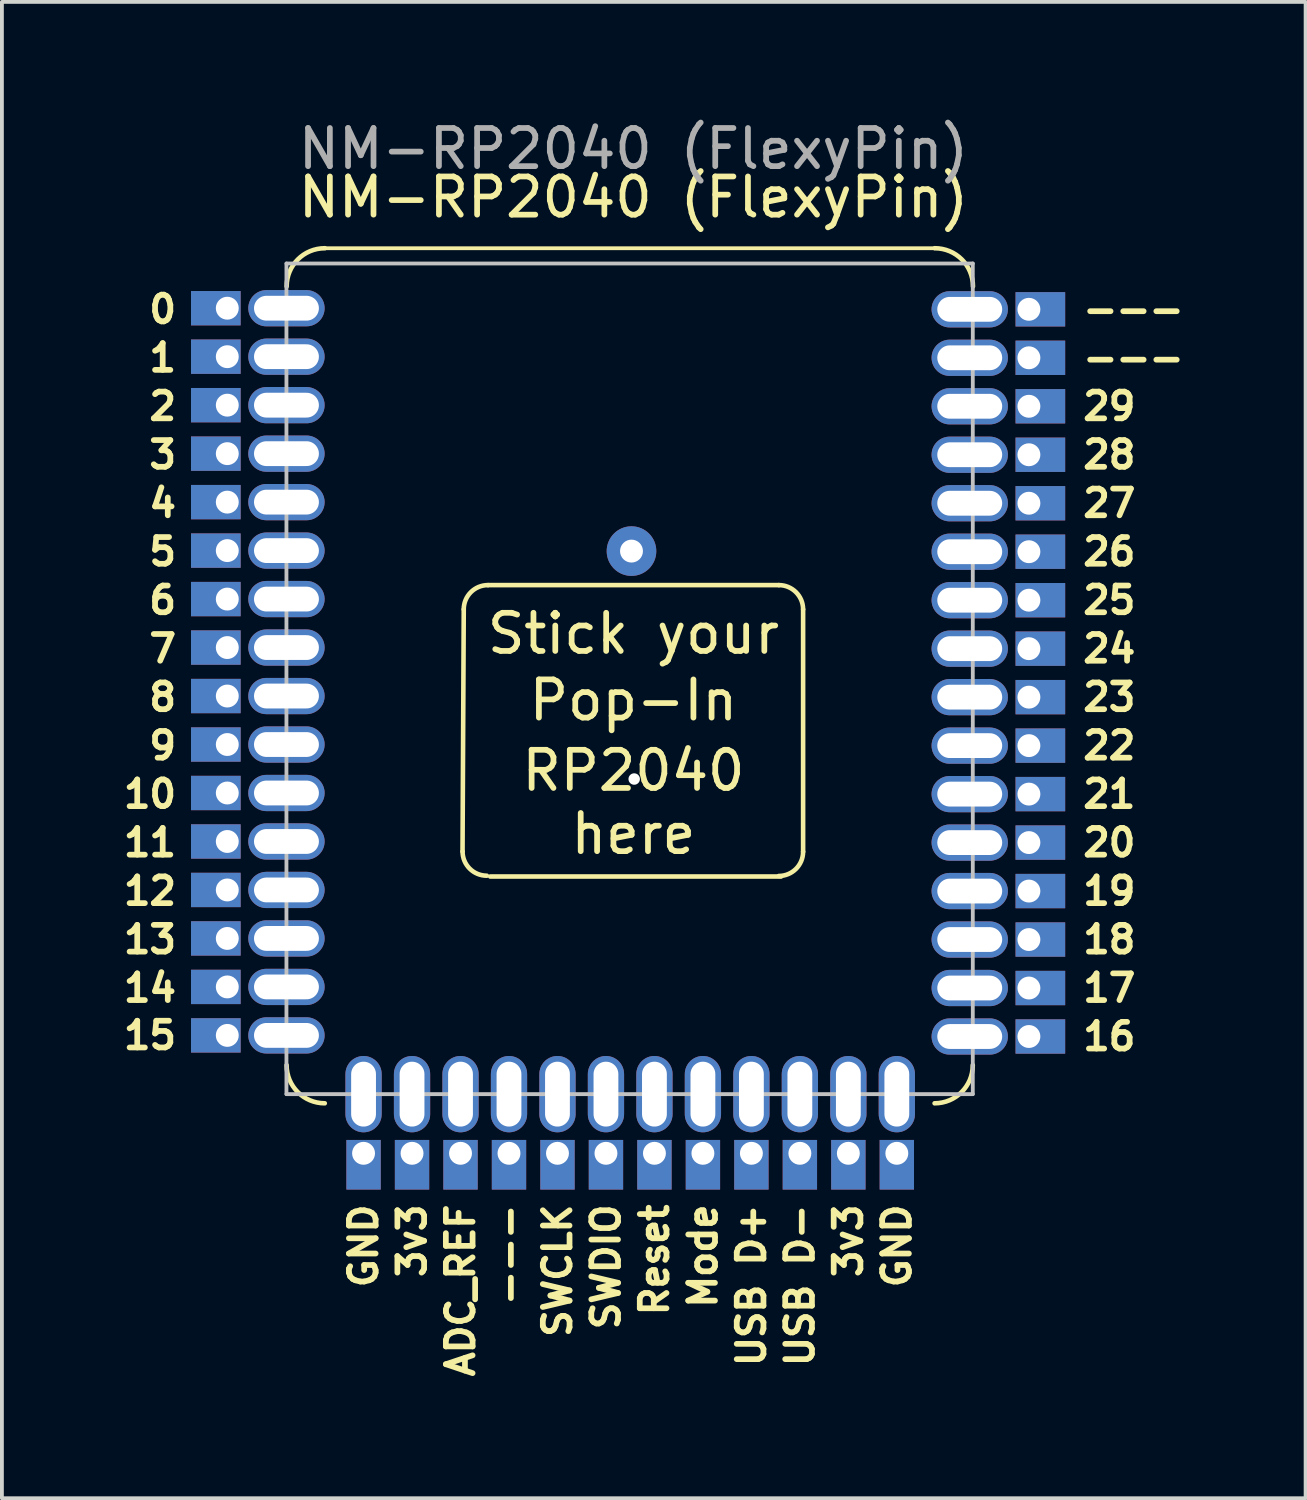
<source format=kicad_pcb>
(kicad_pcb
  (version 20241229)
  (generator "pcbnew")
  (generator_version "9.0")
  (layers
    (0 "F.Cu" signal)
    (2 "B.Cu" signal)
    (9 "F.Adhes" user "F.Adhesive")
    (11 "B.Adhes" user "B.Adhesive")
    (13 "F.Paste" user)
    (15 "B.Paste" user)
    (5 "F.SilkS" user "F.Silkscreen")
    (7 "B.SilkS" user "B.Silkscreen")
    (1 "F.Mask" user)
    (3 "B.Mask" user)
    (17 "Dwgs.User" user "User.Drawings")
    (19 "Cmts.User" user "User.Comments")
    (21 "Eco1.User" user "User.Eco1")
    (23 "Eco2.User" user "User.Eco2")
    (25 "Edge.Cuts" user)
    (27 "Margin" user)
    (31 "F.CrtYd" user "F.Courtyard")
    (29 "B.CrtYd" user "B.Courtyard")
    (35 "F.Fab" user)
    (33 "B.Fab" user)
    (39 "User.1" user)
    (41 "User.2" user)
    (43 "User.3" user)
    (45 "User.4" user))
  (footprint "NM-RP2040 (FlexyPin)"
    (layer "F.Cu")
    (at 13.459 15.819)
    (property "Reference" "NM-RP2040 (FlexyPin)" (at 0.085 -13.701 0) (unlocked yes) (layer "F.SilkS") (effects (font (size 1 1) (thickness 0.15))))
    (fp_line (start -8 -12.366) (end 7.98 -12.366) (stroke (width 0.1) (type solid)) (layer "F.SilkS"))
    (fp_line (start -4.36 -2.906) (end -4.392 3.437) (stroke (width 0.12) (type solid)) (layer "F.SilkS"))
    (fp_line (start -3.725 -3.541) (end 3.895 -3.541) (stroke (width 0.12) (type solid)) (layer "F.SilkS"))
    (fp_line (start 3.953 4.093) (end -3.667 4.093) (stroke (width 0.12) (type solid)) (layer "F.SilkS"))
    (fp_line (start 4.53 -2.906) (end 4.53 3.444) (stroke (width 0.12) (type solid)) (layer "F.SilkS"))
    (fp_arc (start -8.999533 -11.366236) (mid -8.70664 -12.073343) (end -7.999533 -12.366236) (stroke (width 0.12) (type solid)) (layer "F.SilkS"))
    (fp_arc (start -8.001016 10.033764) (mid -8.708123 9.740871) (end -9.001016 9.033764) (stroke (width 0.12) (type solid)) (layer "F.SilkS"))
    (fp_arc (start -4.360378 -2.906236) (mid -4.174391 -3.355249) (end -3.725378 -3.541236) (stroke (width 0.12) (type solid)) (layer "F.SilkS"))
    (fp_arc (start -3.756536 4.071585) (mid -4.205549 3.885598) (end -4.391536 3.436585) (stroke (width 0.12) (type solid)) (layer "F.SilkS"))
    (fp_arc (start 3.894622 -3.541235) (mid 4.343647 -3.35525) (end 4.529622 -2.906235) (stroke (width 0.12) (type solid)) (layer "F.SilkS"))
    (fp_arc (start 4.529622 3.443768) (mid 4.343633 3.892779) (end 3.894622 4.078768) (stroke (width 0.12) (type solid)) (layer "F.SilkS"))
    (fp_arc (start 7.980013 -12.366236) (mid 8.687103 -12.073342) (end 8.980013 -11.366236) (stroke (width 0.12) (type solid)) (layer "F.SilkS"))
    (fp_arc (start 8.974622 9.033764) (mid 8.681722 9.740862) (end 7.974622 10.033764) (stroke (width 0.12) (type solid)) (layer "F.SilkS"))
    (fp_line (start -9.005 -11.966) (end 8.975 -11.966) (stroke (width 0.1) (type solid)) (layer "Dwgs.User"))
    (fp_line (start -9.005 9.794) (end -9.005 -11.966) (stroke (width 0.1) (type solid)) (layer "Dwgs.User"))
    (fp_line (start 8.975 -11.966) (end 8.975 9.794) (stroke (width 0.1) (type solid)) (layer "Dwgs.User"))
    (fp_line (start 8.975 9.794) (end -9.005 9.794) (stroke (width 0.1) (type solid)) (layer "Dwgs.User"))
    (fp_text user "ADC_REF" (at -4.445 12.604 90) (unlocked yes) (layer "F.SilkS") (effects (font (size 0.7 0.7) (thickness 0.15)) (justify right)))
    (fp_text user "12" (at -11.815 4.474 0) (unlocked yes) (layer "F.SilkS") (effects (font (size 0.7 0.7) (thickness 0.15)) (justify right)))
    (fp_text user "11" (at -11.815 3.204 0) (unlocked yes) (layer "F.SilkS") (effects (font (size 0.7 0.7) (thickness 0.15)) (justify right)))
    (fp_text user "14" (at -11.815 7.014 0) (unlocked yes) (layer "F.SilkS") (effects (font (size 0.7 0.7) (thickness 0.15)) (justify right)))
    (fp_text user "Mode" (at 1.905 12.604 90) (unlocked yes) (layer "F.SilkS") (effects (font (size 0.7 0.7) (thickness 0.15)) (justify right)))
    (fp_text user "16" (at 11.785 8.284 0) (unlocked yes) (layer "F.SilkS") (effects (font (size 0.7 0.7) (thickness 0.15)) (justify left)))
    (fp_text user "Stick your" (at 0.085 -2.271 0) (unlocked yes) (layer "F.SilkS") (effects (font (size 1 1) (thickness 0.15))))
    (fp_text user "SWDIO" (at -0.635 12.604 90) (unlocked yes) (layer "F.SilkS") (effects (font (size 0.7 0.7) (thickness 0.15)) (justify right)))
    (fp_text user "6" (at -11.815 -3.146 0) (unlocked yes) (layer "F.SilkS") (effects (font (size 0.7 0.7) (thickness 0.15)) (justify right)))
    (fp_text user "USB D+" (at 3.175 12.604 90) (unlocked yes) (layer "F.SilkS") (effects (font (size 0.7 0.7) (thickness 0.15)) (justify right)))
    (fp_text user "9" (at -11.815 0.664 0) (unlocked yes) (layer "F.SilkS") (effects (font (size 0.7 0.7) (thickness 0.15)) (justify right)))
    (fp_text user "21" (at 11.785 1.934 0) (unlocked yes) (layer "F.SilkS") (effects (font (size 0.7 0.7) (thickness 0.15)) (justify left)))
    (fp_text user "4" (at -11.815 -5.686 0) (unlocked yes) (layer "F.SilkS") (effects (font (size 0.7 0.7) (thickness 0.15)) (justify right)))
    (fp_text user "5" (at -11.815 -4.416 0) (unlocked yes) (layer "F.SilkS") (effects (font (size 0.7 0.7) (thickness 0.15)) (justify right)))
    (fp_text user "GND" (at 6.985 12.604 90) (unlocked yes) (layer "F.SilkS") (effects (font (size 0.7 0.7) (thickness 0.15)) (justify right)))
    (fp_text user "RP2040" (at 0.085 1.318 0) (unlocked yes) (layer "F.SilkS") (effects (font (size 1 1) (thickness 0.15))))
    (fp_text user "23" (at 11.785 -0.606 0) (unlocked yes) (layer "F.SilkS") (effects (font (size 0.7 0.7) (thickness 0.15)) (justify left)))
    (fp_text user "---" (at 11.785 -10.766 0) (unlocked yes) (layer "F.SilkS") (effects (font (size 0.7 0.7) (thickness 0.15)) (justify left)))
    (fp_text user "USB D-" (at 4.445 12.604 90) (unlocked yes) (layer "F.SilkS") (effects (font (size 0.7 0.7) (thickness 0.15)) (justify right)))
    (fp_text user "18" (at 11.785 5.744 0) (unlocked yes) (layer "F.SilkS") (effects (font (size 0.7 0.7) (thickness 0.15)) (justify left)))
    (fp_text user "10" (at -11.815 1.934 0) (unlocked yes) (layer "F.SilkS") (effects (font (size 0.7 0.7) (thickness 0.15)) (justify right)))
    (fp_text user "15" (at -11.815 8.255 0) (unlocked yes) (layer "F.SilkS") (effects (font (size 0.7 0.7) (thickness 0.15)) (justify right)))
    (fp_text user "19" (at 11.785 4.474 0) (unlocked yes) (layer "F.SilkS") (effects (font (size 0.7 0.7) (thickness 0.15)) (justify left)))
    (fp_text user "29" (at 11.785 -8.226 0) (unlocked yes) (layer "F.SilkS") (effects (font (size 0.7 0.7) (thickness 0.15)) (justify left)))
    (fp_text user "Pop-In" (at 0.085 -0.525 0) (unlocked yes) (layer "F.SilkS") (effects (font (size 1 1) (thickness 0.15))))
    (fp_text user "24" (at 11.785 -1.876 0) (unlocked yes) (layer "F.SilkS") (effects (font (size 0.7 0.7) (thickness 0.15)) (justify left)))
    (fp_text user "here" (at 0.085 2.974 0) (unlocked yes) (layer "F.SilkS") (effects (font (size 1 1) (thickness 0.15))))
    (fp_text user "17" (at 11.785 7.014 0) (unlocked yes) (layer "F.SilkS") (effects (font (size 0.7 0.7) (thickness 0.15)) (justify left)))
    (fp_text user "2" (at -11.815 -8.226 0) (unlocked yes) (layer "F.SilkS") (effects (font (size 0.7 0.7) (thickness 0.15)) (justify right)))
    (fp_text user "SWCLK" (at -1.905 12.604 90) (unlocked yes) (layer "F.SilkS") (effects (font (size 0.7 0.7) (thickness 0.15)) (justify right)))
    (fp_text user "13" (at -11.815 5.744 0) (unlocked yes) (layer "F.SilkS") (effects (font (size 0.7 0.7) (thickness 0.15)) (justify right)))
    (fp_text user "20" (at 11.785 3.204 0) (unlocked yes) (layer "F.SilkS") (effects (font (size 0.7 0.7) (thickness 0.15)) (justify left)))
    (fp_text user "3v3" (at -5.715 12.604 90) (unlocked yes) (layer "F.SilkS") (effects (font (size 0.7 0.7) (thickness 0.15)) (justify right)))
    (fp_text user "Reset" (at 0.635 12.604 90) (unlocked yes) (layer "F.SilkS") (effects (font (size 0.7 0.7) (thickness 0.15)) (justify right)))
    (fp_text user "1" (at -11.815 -9.496 0) (unlocked yes) (layer "F.SilkS") (effects (font (size 0.7 0.7) (thickness 0.15)) (justify right)))
    (fp_text user "25" (at 11.785 -3.146 0) (unlocked yes) (layer "F.SilkS") (effects (font (size 0.7 0.7) (thickness 0.15)) (justify left)))
    (fp_text user "3v3" (at 5.715 12.604 90) (unlocked yes) (layer "F.SilkS") (effects (font (size 0.7 0.7) (thickness 0.15)) (justify right)))
    (fp_text user "27" (at 11.785 -5.686 0) (unlocked yes) (layer "F.SilkS") (effects (font (size 0.7 0.7) (thickness 0.15)) (justify left)))
    (fp_text user "GND" (at -6.985 12.604 90) (unlocked yes) (layer "F.SilkS") (effects (font (size 0.7 0.7) (thickness 0.15)) (justify right)))
    (fp_text user "---" (at 11.785 -9.496 0) (unlocked yes) (layer "F.SilkS") (effects (font (size 0.7 0.7) (thickness 0.15)) (justify left)))
    (fp_text user "3" (at -11.815 -6.956 0) (unlocked yes) (layer "F.SilkS") (effects (font (size 0.7 0.7) (thickness 0.15)) (justify right)))
    (fp_text user "28" (at 11.785 -6.956 0) (unlocked yes) (layer "F.SilkS") (effects (font (size 0.7 0.7) (thickness 0.15)) (justify left)))
    (fp_text user "8" (at -11.815 -0.606 0) (unlocked yes) (layer "F.SilkS") (effects (font (size 0.7 0.7) (thickness 0.15)) (justify right)))
    (fp_text user "---" (at -3.175 12.604 90) (unlocked yes) (layer "F.SilkS") (effects (font (size 0.7 0.7) (thickness 0.15)) (justify right)))
    (fp_text user "22" (at 11.785 0.664 0) (unlocked yes) (layer "F.SilkS") (effects (font (size 0.7 0.7) (thickness 0.15)) (justify left)))
    (fp_text user "7" (at -11.815 -1.876 0) (unlocked yes) (layer "F.SilkS") (effects (font (size 0.7 0.7) (thickness 0.15)) (justify right)))
    (fp_text user "26" (at 11.785 -4.416 0) (unlocked yes) (layer "F.SilkS") (effects (font (size 0.7 0.7) (thickness 0.15)) (justify left)))
    (fp_text user "0" (at -11.815 -10.766 0) (unlocked yes) (layer "F.SilkS") (effects (font (size 0.7 0.7) (thickness 0.15)) (justify right)))
    (fp_text user "${REFERENCE}" (at 0.085 -14.971 0) (unlocked yes) (layer "F.Fab") (effects (font (size 1 1) (thickness 0.15))))
    (pad "1" thru_hole rect (at -10.555 -10.795) (size 1.3 0.9) (drill 0.6 (offset -0.3 0)) (layers "*.Cu" "*.Mask"))
    (pad "1" thru_hole oval (at -9.005 -10.795) (size 2 0.95) (drill oval 1.7 0.65) (layers "*.Cu" "*.Mask"))
    (pad "2" thru_hole rect (at -10.555 -9.525) (size 1.3 0.9) (drill 0.6 (offset -0.3 0)) (layers "*.Cu" "*.Mask"))
    (pad "2" thru_hole oval (at -9.005 -9.525) (size 2 0.95) (drill oval 1.7 0.65) (layers "*.Cu" "*.Mask"))
    (pad "3" thru_hole rect (at -10.555 -8.255) (size 1.3 0.9) (drill 0.6 (offset -0.3 0)) (layers "*.Cu" "*.Mask"))
    (pad "3" thru_hole oval (at -9.005 -8.255) (size 2 0.95) (drill oval 1.7 0.65) (layers "*.Cu" "*.Mask"))
    (pad "4" thru_hole rect (at -10.555 -6.985) (size 1.3 0.9) (drill 0.6 (offset -0.3 0)) (layers "*.Cu" "*.Mask"))
    (pad "4" thru_hole oval (at -9.005 -6.985) (size 2 0.95) (drill oval 1.7 0.65) (layers "*.Cu" "*.Mask"))
    (pad "5" thru_hole rect (at -10.555 -5.715) (size 1.3 0.9) (drill 0.6 (offset -0.3 0)) (layers "*.Cu" "*.Mask"))
    (pad "5" thru_hole oval (at -9.005 -5.715) (size 2 0.95) (drill oval 1.7 0.65) (layers "*.Cu" "*.Mask"))
    (pad "6" thru_hole rect (at -10.555 -4.445) (size 1.3 0.9) (drill 0.6 (offset -0.3 0)) (layers "*.Cu" "*.Mask"))
    (pad "6" thru_hole oval (at -9.005 -4.445) (size 2 0.95) (drill oval 1.7 0.65) (layers "*.Cu" "*.Mask"))
    (pad "7" thru_hole rect (at -10.555 -3.175) (size 1.3 0.9) (drill 0.6 (offset -0.3 0)) (layers "*.Cu" "*.Mask"))
    (pad "7" thru_hole oval (at -9.005 -3.175) (size 2 0.95) (drill oval 1.7 0.65) (layers "*.Cu" "*.Mask"))
    (pad "8" thru_hole rect (at -10.555 -1.905) (size 1.3 0.9) (drill 0.6 (offset -0.3 0)) (layers "*.Cu" "*.Mask"))
    (pad "8" thru_hole oval (at -9.005 -1.905) (size 2 0.95) (drill oval 1.7 0.65) (layers "*.Cu" "*.Mask"))
    (pad "9" thru_hole rect (at -10.555 -0.635) (size 1.3 0.9) (drill 0.6 (offset -0.3 0)) (layers "*.Cu" "*.Mask"))
    (pad "9" thru_hole oval (at -9.005 -0.635) (size 2 0.95) (drill oval 1.7 0.65) (layers "*.Cu" "*.Mask"))
    (pad "10" thru_hole rect (at -10.555 0.635) (size 1.3 0.9) (drill 0.6 (offset -0.3 0)) (layers "*.Cu" "*.Mask"))
    (pad "10" thru_hole oval (at -9.005 0.635) (size 2 0.95) (drill oval 1.7 0.65) (layers "*.Cu" "*.Mask"))
    (pad "11" thru_hole rect (at -10.555 1.905) (size 1.3 0.9) (drill 0.6 (offset -0.3 0)) (layers "*.Cu" "*.Mask"))
    (pad "11" thru_hole oval (at -9.005 1.905) (size 2 0.95) (drill oval 1.7 0.65) (layers "*.Cu" "*.Mask"))
    (pad "12" thru_hole rect (at -10.555 3.175) (size 1.3 0.9) (drill 0.6 (offset -0.3 0)) (layers "*.Cu" "*.Mask"))
    (pad "12" thru_hole oval (at -9.005 3.175) (size 2 0.95) (drill oval 1.7 0.65) (layers "*.Cu" "*.Mask"))
    (pad "13" thru_hole rect (at -10.555 4.445) (size 1.3 0.9) (drill 0.6 (offset -0.3 0)) (layers "*.Cu" "*.Mask"))
    (pad "13" thru_hole oval (at -9.005 4.445) (size 2 0.95) (drill oval 1.7 0.65) (layers "*.Cu" "*.Mask"))
    (pad "14" thru_hole rect (at -10.555 5.715) (size 1.3 0.9) (drill 0.6 (offset -0.3 0)) (layers "*.Cu" "*.Mask"))
    (pad "14" thru_hole oval (at -9.005 5.715) (size 2 0.95) (drill oval 1.7 0.65) (layers "*.Cu" "*.Mask"))
    (pad "15" thru_hole rect (at -10.555 6.985) (size 1.3 0.9) (drill 0.6 (offset -0.3 0)) (layers "*.Cu" "*.Mask"))
    (pad "15" thru_hole oval (at -9.005 6.985) (size 2 0.95) (drill oval 1.7 0.65) (layers "*.Cu" "*.Mask"))
    (pad "16" thru_hole rect (at -10.555 8.255) (size 1.3 0.9) (drill 0.6 (offset -0.3 0)) (layers "*.Cu" "*.Mask"))
    (pad "16" thru_hole oval (at -9.005 8.255) (size 2 0.95) (drill oval 1.7 0.65) (layers "*.Cu" "*.Mask"))
    (pad "17" thru_hole oval (at -6.985 9.794 90) (size 2 0.95) (drill oval 1.7 0.65) (layers "*.Cu" "*.Mask"))
    (pad "17" thru_hole rect (at -6.985 11.344 90) (size 1.3 0.9) (drill 0.6 (offset -0.3 0)) (layers "*.Cu" "*.Mask"))
    (pad "18" thru_hole oval (at -5.715 9.794 90) (size 2 0.95) (drill oval 1.7 0.65) (layers "*.Cu" "*.Mask"))
    (pad "18" thru_hole rect (at -5.715 11.344 90) (size 1.3 0.9) (drill 0.6 (offset -0.3 0)) (layers "*.Cu" "*.Mask"))
    (pad "19" thru_hole oval (at -4.445 9.794 90) (size 2 0.95) (drill oval 1.7 0.65) (layers "*.Cu" "*.Mask"))
    (pad "19" thru_hole rect (at -4.445 11.344 90) (size 1.3 0.9) (drill 0.6 (offset -0.3 0)) (layers "*.Cu" "*.Mask"))
    (pad "20" thru_hole oval (at -3.175 9.794 90) (size 2 0.95) (drill oval 1.7 0.65) (layers "*.Cu" "*.Mask"))
    (pad "20" thru_hole rect (at -3.175 11.344 90) (size 1.3 0.9) (drill 0.6 (offset -0.3 0)) (layers "*.Cu" "*.Mask"))
    (pad "21" thru_hole oval (at -1.905 9.794 90) (size 2 0.95) (drill oval 1.7 0.65) (layers "*.Cu" "*.Mask"))
    (pad "21" thru_hole rect (at -1.905 11.344 90) (size 1.3 0.9) (drill 0.6 (offset -0.3 0)) (layers "*.Cu" "*.Mask"))
    (pad "22" thru_hole oval (at -0.635 9.794 90) (size 2 0.95) (drill oval 1.7 0.65) (layers "*.Cu" "*.Mask"))
    (pad "22" thru_hole rect (at -0.635 11.344 90) (size 1.3 0.9) (drill 0.6 (offset -0.3 0)) (layers "*.Cu" "*.Mask"))
    (pad "23" thru_hole oval (at 0.635 9.794 90) (size 2 0.95) (drill oval 1.7 0.65) (layers "*.Cu" "*.Mask"))
    (pad "23" thru_hole rect (at 0.635 11.344 90) (size 1.3 0.9) (drill 0.6 (offset -0.3 0)) (layers "*.Cu" "*.Mask"))
    (pad "24" thru_hole oval (at 1.905 9.794 90) (size 2 0.95) (drill oval 1.7 0.65) (layers "*.Cu" "*.Mask"))
    (pad "24" thru_hole rect (at 1.905 11.344 90) (size 1.3 0.9) (drill 0.6 (offset -0.3 0)) (layers "*.Cu" "*.Mask"))
    (pad "25" thru_hole oval (at 3.175 9.794 90) (size 2 0.95) (drill oval 1.7 0.65) (layers "*.Cu" "*.Mask"))
    (pad "25" thru_hole rect (at 3.175 11.344 90) (size 1.3 0.9) (drill 0.6 (offset -0.3 0)) (layers "*.Cu" "*.Mask"))
    (pad "26" thru_hole oval (at 4.445 9.794 90) (size 2 0.95) (drill oval 1.7 0.65) (layers "*.Cu" "*.Mask"))
    (pad "26" thru_hole rect (at 4.445 11.344 90) (size 1.3 0.9) (drill 0.6 (offset -0.3 0)) (layers "*.Cu" "*.Mask"))
    (pad "27" thru_hole oval (at 5.715 9.794 90) (size 2 0.95) (drill oval 1.7 0.65) (layers "*.Cu" "*.Mask"))
    (pad "27" thru_hole rect (at 5.715 11.344 90) (size 1.3 0.9) (drill 0.6 (offset -0.3 0)) (layers "*.Cu" "*.Mask"))
    (pad "28" thru_hole oval (at 6.985 9.794 90) (size 2 0.95) (drill oval 1.7 0.65) (layers "*.Cu" "*.Mask"))
    (pad "28" thru_hole rect (at 6.985 11.344 90) (size 1.3 0.9) (drill 0.6 (offset -0.3 0)) (layers "*.Cu" "*.Mask"))
    (pad "29" thru_hole oval (at 8.895 8.284) (size 2 0.95) (drill oval 1.7 0.65) (layers "*.Cu" "*.Mask"))
    (pad "29" thru_hole rect (at 10.445 8.284) (size 1.3 0.9) (drill 0.6 (offset 0.3 0)) (layers "*.Cu" "*.Mask"))
    (pad "30" thru_hole oval (at 8.895 7.014) (size 2 0.95) (drill oval 1.7 0.65) (layers "*.Cu" "*.Mask"))
    (pad "30" thru_hole rect (at 10.445 7.014) (size 1.3 0.9) (drill 0.6 (offset 0.3 0)) (layers "*.Cu" "*.Mask"))
    (pad "31" thru_hole oval (at 8.895 5.744) (size 2 0.95) (drill oval 1.7 0.65) (layers "*.Cu" "*.Mask"))
    (pad "31" thru_hole rect (at 10.445 5.744) (size 1.3 0.9) (drill 0.6 (offset 0.3 0)) (layers "*.Cu" "*.Mask"))
    (pad "32" thru_hole oval (at 8.895 4.474) (size 2 0.95) (drill oval 1.7 0.65) (layers "*.Cu" "*.Mask"))
    (pad "32" thru_hole rect (at 10.445 4.474) (size 1.3 0.9) (drill 0.6 (offset 0.3 0)) (layers "*.Cu" "*.Mask"))
    (pad "33" thru_hole oval (at 8.895 3.204) (size 2 0.95) (drill oval 1.7 0.65) (layers "*.Cu" "*.Mask"))
    (pad "33" thru_hole rect (at 10.445 3.204) (size 1.3 0.9) (drill 0.6 (offset 0.3 0)) (layers "*.Cu" "*.Mask"))
    (pad "34" thru_hole oval (at 8.895 1.934) (size 2 0.95) (drill oval 1.7 0.65) (layers "*.Cu" "*.Mask"))
    (pad "34" thru_hole rect (at 10.445 1.934) (size 1.3 0.9) (drill 0.6 (offset 0.3 0)) (layers "*.Cu" "*.Mask"))
    (pad "35" thru_hole oval (at 8.895 0.664) (size 2 0.95) (drill oval 1.7 0.65) (layers "*.Cu" "*.Mask"))
    (pad "35" thru_hole rect (at 10.445 0.664) (size 1.3 0.9) (drill 0.6 (offset 0.3 0)) (layers "*.Cu" "*.Mask"))
    (pad "36" thru_hole oval (at 8.895 -0.606) (size 2 0.95) (drill oval 1.7 0.65) (layers "*.Cu" "*.Mask"))
    (pad "36" thru_hole rect (at 10.445 -0.606) (size 1.3 0.9) (drill 0.6 (offset 0.3 0)) (layers "*.Cu" "*.Mask"))
    (pad "37" thru_hole oval (at 8.895 -1.876) (size 2 0.95) (drill oval 1.7 0.65) (layers "*.Cu" "*.Mask"))
    (pad "37" thru_hole rect (at 10.445 -1.876) (size 1.3 0.9) (drill 0.6 (offset 0.3 0)) (layers "*.Cu" "*.Mask"))
    (pad "38" thru_hole oval (at 8.895 -3.146) (size 2 0.95) (drill oval 1.7 0.65) (layers "*.Cu" "*.Mask"))
    (pad "38" thru_hole rect (at 10.445 -3.146) (size 1.3 0.9) (drill 0.6 (offset 0.3 0)) (layers "*.Cu" "*.Mask"))
    (pad "39" thru_hole circle (at 0.105 1.539) (size 0.4 0.4) (drill 0.3) (layers "*.Cu") (remove_unused_layers yes) (zone_layer_connections))
    (pad "39" thru_hole oval (at 8.895 -4.416) (size 2 0.95) (drill oval 1.7 0.65) (layers "*.Cu" "*.Mask"))
    (pad "39" thru_hole rect (at 10.445 -4.416) (size 1.3 0.9) (drill 0.6 (offset 0.3 0)) (layers "*.Cu" "*.Mask"))
    (pad "40" thru_hole oval (at 8.895 -5.686) (size 2 0.95) (drill oval 1.7 0.65) (layers "*.Cu" "*.Mask"))
    (pad "40" thru_hole rect (at 10.445 -5.686) (size 1.3 0.9) (drill 0.6 (offset 0.3 0)) (layers "*.Cu" "*.Mask"))
    (pad "41" thru_hole oval (at 8.895 -6.956) (size 2 0.95) (drill oval 1.7 0.65) (layers "*.Cu" "*.Mask"))
    (pad "41" thru_hole rect (at 10.445 -6.956) (size 1.3 0.9) (drill 0.6 (offset 0.3 0)) (layers "*.Cu" "*.Mask"))
    (pad "42" thru_hole oval (at 8.895 -8.226) (size 2 0.95) (drill oval 1.7 0.65) (layers "*.Cu" "*.Mask"))
    (pad "42" thru_hole rect (at 10.445 -8.226) (size 1.3 0.9) (drill 0.6 (offset 0.3 0)) (layers "*.Cu" "*.Mask"))
    (pad "43" thru_hole oval (at 8.895 -9.496) (size 2 0.95) (drill oval 1.7 0.65) (layers "*.Cu" "*.Mask"))
    (pad "43" thru_hole rect (at 10.445 -9.496) (size 1.3 0.9) (drill 0.6 (offset 0.3 0)) (layers "*.Cu" "*.Mask"))
    (pad "44" thru_hole oval (at 8.895 -10.766) (size 2 0.95) (drill oval 1.7 0.65) (layers "*.Cu" "*.Mask"))
    (pad "44" thru_hole rect (at 10.445 -10.766) (size 1.3 0.9) (drill 0.6 (offset 0.3 0)) (layers "*.Cu" "*.Mask"))
    (pad "45" thru_hole circle (at 0.034 -4.432 90) (size 1.3 1.3) (drill 0.6) (layers "*.Cu")))
  (gr_rect
    (start -3 -3)
    (end 31.153 36.2)
    (stroke (width 0.1) (type default))
    (fill no)
    (layer "Edge.Cuts")))
</source>
